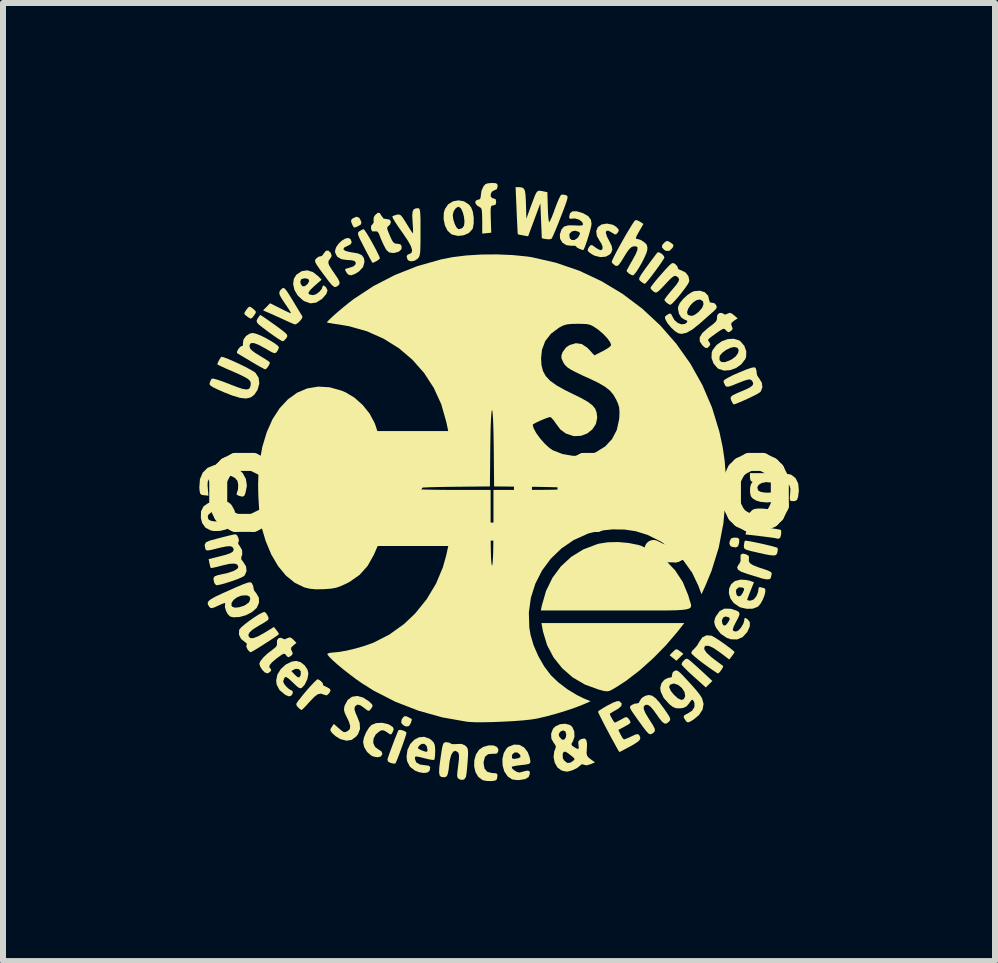
<source format=kicad_pcb>
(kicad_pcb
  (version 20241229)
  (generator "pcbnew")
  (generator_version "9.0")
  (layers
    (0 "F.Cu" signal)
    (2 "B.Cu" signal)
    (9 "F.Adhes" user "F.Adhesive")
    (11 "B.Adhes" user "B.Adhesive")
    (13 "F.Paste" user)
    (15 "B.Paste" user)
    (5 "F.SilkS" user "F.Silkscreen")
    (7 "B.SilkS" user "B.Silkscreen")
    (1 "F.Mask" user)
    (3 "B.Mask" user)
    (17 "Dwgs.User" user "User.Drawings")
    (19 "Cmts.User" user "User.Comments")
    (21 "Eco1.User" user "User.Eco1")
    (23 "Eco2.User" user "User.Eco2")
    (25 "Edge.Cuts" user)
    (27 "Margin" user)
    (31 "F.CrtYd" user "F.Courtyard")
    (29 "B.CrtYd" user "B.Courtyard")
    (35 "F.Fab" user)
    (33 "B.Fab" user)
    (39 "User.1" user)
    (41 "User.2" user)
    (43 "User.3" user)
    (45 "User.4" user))
  (footprint "cse_logo"
    (layer "F.Cu")
    (at 5.269 4.977)
    (property "Reference" "cse_logo" (at 0 0 0) (layer "F.SilkS") (effects (font (size 1.524 1.524) (thickness 0.3))))
    (attr board_only exclude_from_pos_files exclude_from_bom)
    (fp_poly (pts (xy 3.005 2.82) (xy 3.014 2.827) (xy 3.073 2.872) (xy 2.956 2.988) (xy 2.899 2.942) (xy 2.843 2.895) (xy 2.899 2.839) (xy 2.939 2.802) (xy 2.968 2.797)) (stroke (width 0) (type solid)) (fill yes) (layer "F.SilkS"))
    (fp_poly (pts (xy 2.82 -4.007) (xy 2.861 -3.983) (xy 2.902 -3.951) (xy 2.907 -3.924) (xy 2.89 -3.893) (xy 2.841 -3.846) (xy 2.786 -3.844) (xy 2.751 -3.864) (xy 2.715 -3.905) (xy 2.722 -3.945) (xy 2.755 -3.982) (xy 2.79 -4.008)) (stroke (width 0) (type solid)) (fill yes) (layer "F.SilkS"))
    (fp_poly (pts (xy -2.334 -4.399) (xy -2.314 -4.371) (xy -2.293 -4.317) (xy -2.306 -4.282) (xy -2.349 -4.257) (xy -2.398 -4.235) (xy -2.422 -4.238) (xy -2.441 -4.27) (xy -2.452 -4.293) (xy -2.468 -4.342) (xy -2.457 -4.372) (xy -2.439 -4.386) (xy -2.379 -4.414)) (stroke (width 0) (type solid)) (fill yes) (layer "F.SilkS"))
    (fp_poly (pts (xy -1.539 3.915) (xy -1.517 3.926) (xy -1.473 3.949) (xy -1.454 3.961) (xy -1.457 3.984) (xy -1.471 4.028) (xy -1.502 4.077) (xy -1.548 4.085) (xy -1.595 4.064) (xy -1.631 4.024) (xy -1.625 3.971) (xy -1.605 3.939) (xy -1.575 3.911)) (stroke (width 0) (type solid)) (fill yes) (layer "F.SilkS"))
    (fp_poly (pts (xy 3.981 0.939) (xy 4.004 0.962) (xy 4.003 1.015) (xy 4.001 1.028) (xy 3.984 1.08) (xy 3.949 1.098) (xy 3.941 1.098) (xy 3.885 1.089) (xy 3.86 1.078) (xy 3.84 1.039) (xy 3.845 0.997) (xy 3.869 0.949) (xy 3.917 0.935) (xy 3.924 0.935)) (stroke (width 0) (type solid)) (fill yes) (layer "F.SilkS"))
    (fp_poly (pts (xy -4.115 -2.892) (xy -4.093 -2.874) (xy -4.057 -2.84) (xy -4.055 -2.813) (xy -4.082 -2.77) (xy -4.117 -2.726) (xy -4.144 -2.716) (xy -4.182 -2.738) (xy -4.204 -2.755) (xy -4.241 -2.786) (xy -4.245 -2.812) (xy -4.219 -2.853) (xy -4.215 -2.859) (xy -4.179 -2.904) (xy -4.152 -2.915)) (stroke (width 0) (type solid)) (fill yes) (layer "F.SilkS"))
    (fp_poly (pts (xy 3.175 2.978) (xy 3.218 3.015) (xy 3.282 3.072) (xy 3.362 3.144) (xy 3.431 3.208) (xy 3.556 3.325) (xy 3.501 3.379) (xy 3.447 3.433) (xy 3.248 3.255) (xy 3.168 3.182) (xy 3.103 3.118) (xy 3.058 3.071) (xy 3.043 3.05) (xy 3.053 3.016) (xy 3.083 2.981) (xy 3.113 2.957) (xy 3.139 2.955)) (stroke (width 0) (type solid)) (fill yes) (layer "F.SilkS"))
    (fp_poly (pts (xy 2.975 2.504) (xy 2.783 2.729) (xy 2.57 2.946) (xy 2.346 3.147) (xy 2.121 3.32) (xy 1.971 3.418) (xy 1.895 3.464) (xy 1.844 3.49) (xy 1.801 3.498) (xy 1.75 3.492) (xy 1.676 3.472) (xy 1.659 3.468) (xy 1.432 3.385) (xy 1.228 3.266) (xy 1.053 3.113) (xy 0.909 2.933) (xy 0.801 2.727) (xy 0.733 2.502) (xy 0.729 2.48) (xy 0.707 2.36) (xy 3.088 2.36)) (stroke (width 0) (type solid)) (fill yes) (layer "F.SilkS"))
    (fp_poly (pts (xy -3.963 -2.766) (xy -3.913 -2.734) (xy -3.84 -2.683) (xy -3.751 -2.62) (xy -3.743 -2.615) (xy -3.646 -2.544) (xy -3.582 -2.494) (xy -3.544 -2.46) (xy -3.53 -2.436) (xy -3.532 -2.414) (xy -3.545 -2.391) (xy -3.58 -2.351) (xy -3.607 -2.338) (xy -3.635 -2.351) (xy -3.693 -2.387) (xy -3.77 -2.44) (xy -3.849 -2.497) (xy -3.942 -2.567) (xy -4.003 -2.615) (xy -4.035 -2.65) (xy -4.041 -2.681) (xy -4.026 -2.716) (xy -3.994 -2.761) (xy -3.983 -2.776)) (stroke (width 0) (type solid)) (fill yes) (layer "F.SilkS"))
    (fp_poly (pts (xy -2.238 -4.186) (xy -2.204 -4.135) (xy -2.16 -4.062) (xy -2.112 -3.977) (xy -2.065 -3.891) (xy -2.025 -3.812) (xy -1.996 -3.752) (xy -1.986 -3.72) (xy -2.004 -3.7) (xy -2.045 -3.673) (xy -2.088 -3.651) (xy -2.11 -3.646) (xy -2.122 -3.665) (xy -2.151 -3.718) (xy -2.193 -3.797) (xy -2.243 -3.892) (xy -2.243 -3.893) (xy -2.297 -3.998) (xy -2.332 -4.069) (xy -2.349 -4.115) (xy -2.351 -4.143) (xy -2.341 -4.161) (xy -2.326 -4.173) (xy -2.281 -4.199) (xy -2.256 -4.206)) (stroke (width 0) (type solid)) (fill yes) (layer "F.SilkS"))
    (fp_poly (pts (xy -1.598 4.151) (xy -1.556 4.171) (xy -1.542 4.189) (xy -1.55 4.22) (xy -1.57 4.284) (xy -1.599 4.368) (xy -1.633 4.461) (xy -1.666 4.552) (xy -1.696 4.63) (xy -1.719 4.683) (xy -1.727 4.7) (xy -1.757 4.703) (xy -1.806 4.692) (xy -1.851 4.668) (xy -1.86 4.635) (xy -1.856 4.619) (xy -1.838 4.564) (xy -1.81 4.487) (xy -1.777 4.398) (xy -1.743 4.308) (xy -1.711 4.228) (xy -1.688 4.17) (xy -1.675 4.144) (xy -1.675 4.144) (xy -1.645 4.14)) (stroke (width 0) (type solid)) (fill yes) (layer "F.SilkS"))
    (fp_poly (pts (xy 2.711 -3.797) (xy 2.745 -3.763) (xy 2.757 -3.736) (xy 2.744 -3.708) (xy 2.709 -3.655) (xy 2.66 -3.584) (xy 2.602 -3.505) (xy 2.544 -3.427) (xy 2.491 -3.36) (xy 2.451 -3.313) (xy 2.431 -3.295) (xy 2.431 -3.295) (xy 2.401 -3.308) (xy 2.363 -3.336) (xy 2.343 -3.355) (xy 2.335 -3.374) (xy 2.342 -3.402) (xy 2.367 -3.446) (xy 2.414 -3.514) (xy 2.467 -3.587) (xy 2.531 -3.674) (xy 2.586 -3.747) (xy 2.625 -3.799) (xy 2.641 -3.819) (xy 2.67 -3.82)) (stroke (width 0) (type solid)) (fill yes) (layer "F.SilkS"))
    (fp_poly (pts (xy 4.124 0.988) (xy 4.184 0.997) (xy 4.267 1.013) (xy 4.362 1.033) (xy 4.458 1.055) (xy 4.544 1.076) (xy 4.609 1.094) (xy 4.642 1.106) (xy 4.643 1.107) (xy 4.647 1.136) (xy 4.641 1.179) (xy 4.63 1.209) (xy 4.612 1.227) (xy 4.579 1.233) (xy 4.523 1.229) (xy 4.437 1.213) (xy 4.314 1.186) (xy 4.3 1.182) (xy 4.198 1.159) (xy 4.133 1.141) (xy 4.098 1.124) (xy 4.083 1.104) (xy 4.082 1.077) (xy 4.082 1.065) (xy 4.09 1.013) (xy 4.099 0.987)) (stroke (width 0) (type solid)) (fill yes) (layer "F.SilkS"))
    (fp_poly (pts (xy -2.804 -3.809) (xy -2.803 -3.807) (xy -2.79 -3.759) (xy -2.814 -3.717) (xy -2.839 -3.683) (xy -2.846 -3.648) (xy -2.832 -3.604) (xy -2.793 -3.54) (xy -2.744 -3.469) (xy -2.688 -3.386) (xy -2.66 -3.33) (xy -2.659 -3.292) (xy -2.685 -3.263) (xy -2.711 -3.248) (xy -2.733 -3.241) (xy -2.758 -3.251) (xy -2.792 -3.281) (xy -2.839 -3.338) (xy -2.906 -3.427) (xy -2.922 -3.448) (xy -2.992 -3.543) (xy -3.037 -3.609) (xy -3.061 -3.652) (xy -3.068 -3.68) (xy -3.06 -3.702) (xy -3.047 -3.718) (xy -3.007 -3.749) (xy -2.978 -3.753) (xy -2.949 -3.764) (xy -2.924 -3.799) (xy -2.887 -3.846) (xy -2.844 -3.85)) (stroke (width 0) (type solid)) (fill yes) (layer "F.SilkS"))
    (fp_poly (pts (xy 4.12 1.214) (xy 4.163 1.241) (xy 4.167 1.282) (xy 4.166 1.284) (xy 4.164 1.328) (xy 4.185 1.363) (xy 4.237 1.396) (xy 4.325 1.431) (xy 4.381 1.449) (xy 4.476 1.481) (xy 4.53 1.508) (xy 4.547 1.531) (xy 4.546 1.537) (xy 4.534 1.589) (xy 4.533 1.603) (xy 4.514 1.627) (xy 4.461 1.632) (xy 4.386 1.617) (xy 4.37 1.612) (xy 4.319 1.595) (xy 4.239 1.571) (xy 4.148 1.543) (xy 4.142 1.541) (xy 4.041 1.506) (xy 3.984 1.47) (xy 3.969 1.432) (xy 3.992 1.387) (xy 4.005 1.373) (xy 4.027 1.324) (xy 4.026 1.28) (xy 4.027 1.223) (xy 4.06 1.201)) (stroke (width 0) (type solid)) (fill yes) (layer "F.SilkS"))
    (fp_poly (pts (xy -0.039 4.421) (xy -0.011 4.463) (xy -0.014 4.499) (xy -0.032 4.532) (xy -0.074 4.54) (xy -0.103 4.538) (xy -0.183 4.546) (xy -0.234 4.59) (xy -0.256 4.671) (xy -0.257 4.697) (xy -0.242 4.785) (xy -0.196 4.839) (xy -0.118 4.86) (xy -0.102 4.86) (xy -0.048 4.864) (xy -0.027 4.882) (xy -0.028 4.925) (xy -0.038 4.967) (xy -0.066 4.986) (xy -0.125 4.994) (xy -0.129 4.994) (xy -0.203 4.992) (xy -0.266 4.98) (xy -0.274 4.977) (xy -0.346 4.924) (xy -0.393 4.844) (xy -0.415 4.747) (xy -0.412 4.645) (xy -0.384 4.549) (xy -0.332 4.471) (xy -0.265 4.425) (xy -0.175 4.399) (xy -0.096 4.399)) (stroke (width 0) (type solid)) (fill yes) (layer "F.SilkS"))
    (fp_poly (pts (xy -2.99 3.311) (xy -2.956 3.341) (xy -2.932 3.375) (xy -2.935 3.389) (xy -2.93 3.398) (xy -2.893 3.417) (xy -2.88 3.423) (xy -2.824 3.453) (xy -2.808 3.482) (xy -2.828 3.523) (xy -2.838 3.536) (xy -2.871 3.565) (xy -2.912 3.556) (xy -2.92 3.552) (xy -2.971 3.536) (xy -3.022 3.547) (xy -3.08 3.59) (xy -3.154 3.668) (xy -3.166 3.681) (xy -3.222 3.744) (xy -3.267 3.789) (xy -3.292 3.809) (xy -3.293 3.809) (xy -3.32 3.793) (xy -3.352 3.763) (xy -3.379 3.728) (xy -3.377 3.699) (xy -3.35 3.66) (xy -3.284 3.576) (xy -3.214 3.491) (xy -3.145 3.413) (xy -3.085 3.349) (xy -3.042 3.308) (xy -3.024 3.296)) (stroke (width 0) (type solid)) (fill yes) (layer "F.SilkS"))
    (fp_poly (pts (xy -1.855 4.043) (xy -1.82 4.059) (xy -1.769 4.095) (xy -1.755 4.129) (xy -1.773 4.177) (xy -1.777 4.184) (xy -1.795 4.213) (xy -1.816 4.215) (xy -1.856 4.189) (xy -1.867 4.18) (xy -1.92 4.149) (xy -1.961 4.148) (xy -1.983 4.158) (xy -2.054 4.214) (xy -2.092 4.285) (xy -2.097 4.358) (xy -2.068 4.423) (xy -2.015 4.463) (xy -1.959 4.5) (xy -1.945 4.542) (xy -1.945 4.545) (xy -1.97 4.584) (xy -2.023 4.597) (xy -2.093 4.585) (xy -2.132 4.567) (xy -2.2 4.508) (xy -2.249 4.425) (xy -2.266 4.342) (xy -2.252 4.267) (xy -2.216 4.181) (xy -2.168 4.103) (xy -2.124 4.057) (xy -2.046 4.027) (xy -1.949 4.022)) (stroke (width 0) (type solid)) (fill yes) (layer "F.SilkS"))
    (fp_poly (pts (xy 2.161 1.025) (xy 2.322 1.057) (xy 2.372 1.073) (xy 2.584 1.173) (xy 2.773 1.31) (xy 2.934 1.479) (xy 3.063 1.675) (xy 3.153 1.894) (xy 3.167 1.94) (xy 3.18 1.986) (xy 3.193 2.024) (xy 3.201 2.056) (xy 3.201 2.083) (xy 3.19 2.104) (xy 3.163 2.12) (xy 3.118 2.132) (xy 3.051 2.14) (xy 2.959 2.146) (xy 2.838 2.149) (xy 2.684 2.15) (xy 2.495 2.15) (xy 2.266 2.15) (xy 1.995 2.15) (xy 1.949 2.15) (xy 0.697 2.15) (xy 0.712 2.074) (xy 0.783 1.826) (xy 0.89 1.606) (xy 1.031 1.415) (xy 1.203 1.256) (xy 1.405 1.132) (xy 1.634 1.045) (xy 1.665 1.036) (xy 1.814 1.013) (xy 1.985 1.009)) (stroke (width 0) (type solid)) (fill yes) (layer "F.SilkS"))
    (fp_poly (pts (xy -4.476 -0.271) (xy -4.361 -0.22) (xy -4.274 -0.142) (xy -4.22 -0.043) (xy -4.203 0.071) (xy -4.228 0.195) (xy -4.229 0.197) (xy -4.248 0.239) (xy -4.273 0.252) (xy -4.321 0.243) (xy -4.34 0.237) (xy -4.375 0.218) (xy -4.37 0.188) (xy -4.369 0.187) (xy -4.351 0.128) (xy -4.348 0.051) (xy -4.361 -0.011) (xy -4.403 -0.061) (xy -4.476 -0.096) (xy -4.568 -0.114) (xy -4.664 -0.114) (xy -4.752 -0.094) (xy -4.801 -0.066) (xy -4.839 -0.032) (xy -4.856 0.004) (xy -4.859 0.059) (xy -4.855 0.11) (xy -4.845 0.236) (xy -4.917 0.229) (xy -4.959 0.222) (xy -4.981 0.203) (xy -4.991 0.161) (xy -4.996 0.1) (xy -4.986 -0.039) (xy -4.939 -0.149) (xy -4.858 -0.228) (xy -4.744 -0.275) (xy -4.615 -0.289)) (stroke (width 0) (type solid)) (fill yes) (layer "F.SilkS"))
    (fp_poly (pts (xy -3.564 -3.208) (xy -3.531 -3.165) (xy -3.484 -3.091) (xy -3.434 -3.01) (xy -3.377 -2.915) (xy -3.328 -2.834) (xy -3.293 -2.776) (xy -3.277 -2.75) (xy -3.284 -2.721) (xy -3.315 -2.68) (xy -3.355 -2.641) (xy -3.391 -2.62) (xy -3.398 -2.619) (xy -3.432 -2.629) (xy -3.492 -2.655) (xy -3.54 -2.677) (xy -3.629 -2.718) (xy -3.733 -2.765) (xy -3.795 -2.793) (xy -3.934 -2.853) (xy -3.875 -2.912) (xy -3.816 -2.972) (xy -3.649 -2.888) (xy -3.57 -2.849) (xy -3.507 -2.819) (xy -3.472 -2.805) (xy -3.469 -2.804) (xy -3.474 -2.822) (xy -3.502 -2.868) (xy -3.546 -2.935) (xy -3.562 -2.957) (xy -3.621 -3.046) (xy -3.655 -3.106) (xy -3.664 -3.149) (xy -3.651 -3.182) (xy -3.625 -3.21) (xy -3.605 -3.225) (xy -3.587 -3.226)) (stroke (width 0) (type solid)) (fill yes) (layer "F.SilkS"))
    (fp_poly (pts (xy 4.002 -2.353) (xy 4.024 -2.338) (xy 4.089 -2.262) (xy 4.122 -2.17) (xy 4.119 -2.077) (xy 4.104 -2.039) (xy 4.039 -1.954) (xy 3.951 -1.892) (xy 3.851 -1.856) (xy 3.751 -1.849) (xy 3.662 -1.877) (xy 3.64 -1.892) (xy 3.575 -1.968) (xy 3.555 -2.025) (xy 3.675 -2.025) (xy 3.706 -1.992) (xy 3.765 -1.99) (xy 3.85 -2.021) (xy 3.882 -2.038) (xy 3.947 -2.087) (xy 3.985 -2.142) (xy 3.995 -2.192) (xy 3.974 -2.229) (xy 3.922 -2.243) (xy 3.859 -2.229) (xy 3.787 -2.194) (xy 3.723 -2.148) (xy 3.683 -2.101) (xy 3.677 -2.088) (xy 3.675 -2.025) (xy 3.555 -2.025) (xy 3.542 -2.059) (xy 3.546 -2.152) (xy 3.561 -2.191) (xy 3.625 -2.275) (xy 3.713 -2.338) (xy 3.813 -2.374) (xy 3.913 -2.38)) (stroke (width 0) (type solid)) (fill yes) (layer "F.SilkS"))
    (fp_poly (pts (xy -4.572 0.33) (xy -4.521 0.341) (xy -4.483 0.367) (xy -4.454 0.399) (xy -4.408 0.484) (xy -4.391 0.584) (xy -4.407 0.679) (xy -4.417 0.702) (xy -4.47 0.758) (xy -4.554 0.8) (xy -4.654 0.824) (xy -4.755 0.825) (xy -4.804 0.816) (xy -4.893 0.771) (xy -4.948 0.694) (xy -4.971 0.608) (xy -4.97 0.578) (xy -4.856 0.578) (xy -4.846 0.628) (xy -4.809 0.653) (xy -4.746 0.665) (xy -4.665 0.662) (xy -4.587 0.647) (xy -4.538 0.624) (xy -4.514 0.58) (xy -4.525 0.53) (xy -4.566 0.489) (xy -4.582 0.482) (xy -4.652 0.473) (xy -4.729 0.486) (xy -4.799 0.514) (xy -4.845 0.554) (xy -4.856 0.578) (xy -4.97 0.578) (xy -4.968 0.498) (xy -4.927 0.415) (xy -4.849 0.36) (xy -4.732 0.331) (xy -4.653 0.327)) (stroke (width 0) (type solid)) (fill yes) (layer "F.SilkS"))
    (fp_poly (pts (xy -2.477 -4.043) (xy -2.475 -4.04) (xy -2.455 -3.988) (xy -2.477 -3.952) (xy -2.524 -3.929) (xy -2.582 -3.9) (xy -2.595 -3.872) (xy -2.565 -3.846) (xy -2.493 -3.826) (xy -2.453 -3.82) (xy -2.349 -3.802) (xy -2.284 -3.77) (xy -2.251 -3.721) (xy -2.243 -3.659) (xy -2.266 -3.576) (xy -2.334 -3.502) (xy -2.399 -3.461) (xy -2.467 -3.437) (xy -2.514 -3.45) (xy -2.541 -3.481) (xy -2.566 -3.525) (xy -2.559 -3.545) (xy -2.513 -3.558) (xy -2.506 -3.56) (xy -2.425 -3.587) (xy -2.389 -3.624) (xy -2.391 -3.655) (xy -2.416 -3.679) (xy -2.472 -3.69) (xy -2.523 -3.692) (xy -2.627 -3.706) (xy -2.698 -3.748) (xy -2.731 -3.813) (xy -2.734 -3.841) (xy -2.719 -3.9) (xy -2.679 -3.96) (xy -2.625 -4.012) (xy -2.567 -4.048) (xy -2.515 -4.061)) (stroke (width 0) (type solid)) (fill yes) (layer "F.SilkS"))
    (fp_poly (pts (xy 1.899 -4.28) (xy 1.951 -4.247) (xy 1.99 -4.208) (xy 1.996 -4.179) (xy 1.979 -4.15) (xy 1.952 -4.12) (xy 1.925 -4.122) (xy 1.891 -4.144) (xy 1.826 -4.18) (xy 1.789 -4.18) (xy 1.78 -4.146) (xy 1.801 -4.08) (xy 1.834 -4.016) (xy 1.877 -3.93) (xy 1.889 -3.867) (xy 1.872 -3.817) (xy 1.846 -3.785) (xy 1.779 -3.748) (xy 1.69 -3.741) (xy 1.597 -3.763) (xy 1.548 -3.788) (xy 1.494 -3.827) (xy 1.476 -3.856) (xy 1.489 -3.891) (xy 1.504 -3.914) (xy 1.528 -3.941) (xy 1.552 -3.941) (xy 1.592 -3.913) (xy 1.601 -3.906) (xy 1.653 -3.872) (xy 1.694 -3.856) (xy 1.697 -3.856) (xy 1.724 -3.873) (xy 1.726 -3.916) (xy 1.703 -3.972) (xy 1.682 -4.002) (xy 1.631 -4.093) (xy 1.62 -4.175) (xy 1.647 -4.241) (xy 1.71 -4.285) (xy 1.798 -4.3)) (stroke (width 0) (type solid)) (fill yes) (layer "F.SilkS"))
    (fp_poly (pts (xy -0.585 -4.671) (xy -0.505 -4.62) (xy -0.466 -4.573) (xy -0.437 -4.498) (xy -0.422 -4.401) (xy -0.422 -4.302) (xy -0.437 -4.221) (xy -0.445 -4.205) (xy -0.502 -4.143) (xy -0.587 -4.105) (xy -0.683 -4.094) (xy -0.777 -4.115) (xy -0.797 -4.124) (xy -0.859 -4.182) (xy -0.902 -4.269) (xy -0.924 -4.373) (xy -0.922 -4.437) (xy -0.771 -4.437) (xy -0.762 -4.368) (xy -0.74 -4.297) (xy -0.711 -4.239) (xy -0.681 -4.208) (xy -0.673 -4.206) (xy -0.627 -4.219) (xy -0.608 -4.229) (xy -0.583 -4.268) (xy -0.576 -4.333) (xy -0.584 -4.41) (xy -0.603 -4.486) (xy -0.631 -4.547) (xy -0.666 -4.578) (xy -0.677 -4.58) (xy -0.719 -4.559) (xy -0.754 -4.509) (xy -0.771 -4.446) (xy -0.771 -4.437) (xy -0.922 -4.437) (xy -0.921 -4.478) (xy -0.902 -4.542) (xy -0.847 -4.622) (xy -0.767 -4.671) (xy -0.676 -4.687)) (stroke (width 0) (type solid)) (fill yes) (layer "F.SilkS"))
    (fp_poly (pts (xy -3.101 -3.491) (xy -3.012 -3.421) (xy -2.958 -3.364) (xy -3.082 -3.256) (xy -3.15 -3.19) (xy -3.178 -3.146) (xy -3.166 -3.12) (xy -3.115 -3.109) (xy -3.094 -3.108) (xy -3.045 -3.125) (xy -2.993 -3.165) (xy -2.954 -3.213) (xy -2.944 -3.244) (xy -2.934 -3.27) (xy -2.903 -3.255) (xy -2.883 -3.236) (xy -2.859 -3.186) (xy -2.879 -3.126) (xy -2.943 -3.052) (xy -2.958 -3.039) (xy -3.05 -2.982) (xy -3.144 -2.97) (xy -3.243 -3.005) (xy -3.274 -3.025) (xy -3.356 -3.101) (xy -3.41 -3.192) (xy -3.432 -3.288) (xy -3.427 -3.334) (xy -3.313 -3.334) (xy -3.306 -3.295) (xy -3.278 -3.254) (xy -3.236 -3.257) (xy -3.191 -3.293) (xy -3.164 -3.342) (xy -3.18 -3.376) (xy -3.236 -3.388) (xy -3.236 -3.388) (xy -3.294 -3.375) (xy -3.313 -3.334) (xy -3.427 -3.334) (xy -3.421 -3.377) (xy -3.379 -3.447) (xy -3.291 -3.506) (xy -3.197 -3.521)) (stroke (width 0) (type solid)) (fill yes) (layer "F.SilkS"))
    (fp_poly (pts (xy -1.989 -4.476) (xy -1.958 -4.428) (xy -1.958 -4.428) (xy -1.924 -4.383) (xy -1.872 -4.375) (xy -1.822 -4.365) (xy -1.802 -4.33) (xy -1.816 -4.286) (xy -1.837 -4.265) (xy -1.859 -4.246) (xy -1.865 -4.222) (xy -1.854 -4.181) (xy -1.826 -4.112) (xy -1.82 -4.098) (xy -1.785 -4.022) (xy -1.757 -3.982) (xy -1.728 -3.966) (xy -1.699 -3.965) (xy -1.645 -3.955) (xy -1.623 -3.922) (xy -1.627 -3.871) (xy -1.67 -3.832) (xy -1.742 -3.811) (xy -1.77 -3.81) (xy -1.83 -3.818) (xy -1.872 -3.854) (xy -1.893 -3.885) (xy -1.929 -3.955) (xy -1.967 -4.04) (xy -1.979 -4.071) (xy -2.005 -4.137) (xy -2.029 -4.167) (xy -2.059 -4.171) (xy -2.069 -4.169) (xy -2.112 -4.17) (xy -2.134 -4.208) (xy -2.134 -4.21) (xy -2.132 -4.263) (xy -2.113 -4.283) (xy -2.089 -4.32) (xy -2.092 -4.35) (xy -2.088 -4.408) (xy -2.066 -4.441) (xy -2.022 -4.48)) (stroke (width 0) (type solid)) (fill yes) (layer "F.SilkS"))
    (fp_poly (pts (xy -0.053 -4.973) (xy -0.028 -4.956) (xy -0.023 -4.92) (xy -0.037 -4.873) (xy -0.076 -4.856) (xy -0.117 -4.834) (xy -0.138 -4.794) (xy -0.138 -4.752) (xy -0.114 -4.724) (xy -0.095 -4.72) (xy -0.057 -4.707) (xy -0.047 -4.662) (xy -0.057 -4.616) (xy -0.095 -4.603) (xy -0.095 -4.603) (xy -0.118 -4.601) (xy -0.131 -4.587) (xy -0.138 -4.554) (xy -0.14 -4.493) (xy -0.138 -4.395) (xy -0.137 -4.375) (xy -0.13 -4.148) (xy -0.205 -4.14) (xy -0.28 -4.133) (xy -0.28 -4.346) (xy -0.282 -4.449) (xy -0.286 -4.514) (xy -0.296 -4.551) (xy -0.313 -4.57) (xy -0.321 -4.573) (xy -0.37 -4.604) (xy -0.395 -4.643) (xy -0.392 -4.678) (xy -0.359 -4.696) (xy -0.351 -4.697) (xy -0.317 -4.708) (xy -0.304 -4.748) (xy -0.304 -4.768) (xy -0.291 -4.852) (xy -0.257 -4.925) (xy -0.224 -4.959) (xy -0.185 -4.971) (xy -0.123 -4.977) (xy -0.111 -4.977)) (stroke (width 0) (type solid)) (fill yes) (layer "F.SilkS"))
    (fp_poly (pts (xy 3.539 2.57) (xy 3.545 2.572) (xy 3.586 2.594) (xy 3.649 2.633) (xy 3.723 2.683) (xy 3.797 2.737) (xy 3.863 2.786) (xy 3.909 2.824) (xy 3.926 2.843) (xy 3.913 2.868) (xy 3.882 2.911) (xy 3.838 2.967) (xy 3.684 2.85) (xy 3.578 2.777) (xy 3.499 2.74) (xy 3.445 2.738) (xy 3.424 2.757) (xy 3.422 2.799) (xy 3.46 2.855) (xy 3.54 2.928) (xy 3.592 2.968) (xy 3.659 3.018) (xy 3.71 3.056) (xy 3.735 3.075) (xy 3.736 3.076) (xy 3.732 3.098) (xy 3.709 3.138) (xy 3.679 3.177) (xy 3.654 3.2) (xy 3.651 3.2) (xy 3.626 3.187) (xy 3.572 3.151) (xy 3.497 3.099) (xy 3.419 3.043) (xy 3.333 2.978) (xy 3.264 2.921) (xy 3.218 2.879) (xy 3.203 2.858) (xy 3.218 2.825) (xy 3.255 2.788) (xy 3.302 2.735) (xy 3.338 2.673) (xy 3.388 2.599) (xy 3.458 2.564)) (stroke (width 0) (type solid)) (fill yes) (layer "F.SilkS"))
    (fp_poly (pts (xy -3.885 2.192) (xy -3.858 2.235) (xy -3.844 2.267) (xy -3.841 2.289) (xy -3.855 2.311) (xy -3.893 2.338) (xy -3.961 2.379) (xy -4.011 2.407) (xy -4.104 2.466) (xy -4.158 2.514) (xy -4.178 2.554) (xy -4.174 2.582) (xy -4.147 2.611) (xy -4.095 2.611) (xy -4.015 2.58) (xy -3.91 2.521) (xy -3.753 2.425) (xy -3.711 2.477) (xy -3.68 2.519) (xy -3.669 2.544) (xy -3.687 2.56) (xy -3.736 2.594) (xy -3.806 2.641) (xy -3.887 2.693) (xy -3.971 2.747) (xy -4.047 2.794) (xy -4.107 2.829) (xy -4.138 2.846) (xy -4.162 2.835) (xy -4.192 2.8) (xy -4.214 2.75) (xy -4.207 2.725) (xy -4.205 2.699) (xy -4.235 2.677) (xy -4.301 2.624) (xy -4.335 2.554) (xy -4.333 2.48) (xy -4.328 2.467) (xy -4.299 2.432) (xy -4.241 2.382) (xy -4.165 2.324) (xy -4.084 2.267) (xy -4.006 2.217) (xy -3.944 2.184) (xy -3.912 2.174)) (stroke (width 0) (type solid)) (fill yes) (layer "F.SilkS"))
    (fp_poly (pts (xy -3.458 2.61) (xy -3.429 2.636) (xy -3.377 2.69) (xy -3.43 2.734) (xy -3.466 2.77) (xy -3.466 2.803) (xy -3.454 2.826) (xy -3.438 2.866) (xy -3.457 2.897) (xy -3.471 2.908) (xy -3.508 2.93) (xy -3.534 2.916) (xy -3.548 2.898) (xy -3.567 2.875) (xy -3.588 2.871) (xy -3.623 2.888) (xy -3.68 2.929) (xy -3.706 2.948) (xy -3.786 3.015) (xy -3.826 3.065) (xy -3.827 3.102) (xy -3.808 3.12) (xy -3.797 3.147) (xy -3.811 3.168) (xy -3.855 3.199) (xy -3.903 3.184) (xy -3.947 3.14) (xy -3.981 3.085) (xy -3.996 3.038) (xy -3.996 3.037) (xy -3.977 2.993) (xy -3.928 2.932) (xy -3.857 2.865) (xy -3.772 2.801) (xy -3.769 2.798) (xy -3.716 2.754) (xy -3.7 2.714) (xy -3.703 2.696) (xy -3.7 2.643) (xy -3.671 2.609) (xy -3.631 2.605) (xy -3.612 2.616) (xy -3.575 2.631) (xy -3.531 2.613) (xy -3.492 2.597)) (stroke (width 0) (type solid)) (fill yes) (layer "F.SilkS"))
    (fp_poly (pts (xy 3.884 -2.798) (xy 3.916 -2.773) (xy 3.978 -2.72) (xy 3.916 -2.679) (xy 3.876 -2.646) (xy 3.87 -2.615) (xy 3.881 -2.589) (xy 3.895 -2.545) (xy 3.872 -2.513) (xy 3.864 -2.507) (xy 3.827 -2.488) (xy 3.797 -2.505) (xy 3.784 -2.519) (xy 3.763 -2.541) (xy 3.74 -2.546) (xy 3.706 -2.53) (xy 3.647 -2.491) (xy 3.622 -2.473) (xy 3.547 -2.419) (xy 3.504 -2.385) (xy 3.486 -2.364) (xy 3.487 -2.348) (xy 3.501 -2.33) (xy 3.505 -2.326) (xy 3.522 -2.288) (xy 3.505 -2.255) (xy 3.47 -2.225) (xy 3.435 -2.23) (xy 3.388 -2.272) (xy 3.346 -2.337) (xy 3.345 -2.403) (xy 3.387 -2.473) (xy 3.472 -2.55) (xy 3.498 -2.57) (xy 3.574 -2.628) (xy 3.617 -2.67) (xy 3.633 -2.704) (xy 3.632 -2.727) (xy 3.639 -2.776) (xy 3.672 -2.808) (xy 3.714 -2.811) (xy 3.736 -2.798) (xy 3.769 -2.782) (xy 3.809 -2.798) (xy 3.846 -2.813)) (stroke (width 0) (type solid)) (fill yes) (layer "F.SilkS"))
    (fp_poly (pts (xy 4.404 0.452) (xy 4.52 0.464) (xy 4.657 0.483) (xy 4.715 0.496) (xy 4.738 0.517) (xy 4.74 0.56) (xy 4.739 0.57) (xy 4.733 0.613) (xy 4.716 0.633) (xy 4.677 0.637) (xy 4.615 0.632) (xy 4.479 0.621) (xy 4.384 0.62) (xy 4.322 0.627) (xy 4.29 0.644) (xy 4.28 0.663) (xy 4.279 0.699) (xy 4.297 0.725) (xy 4.342 0.744) (xy 4.421 0.761) (xy 4.498 0.773) (xy 4.587 0.786) (xy 4.656 0.797) (xy 4.695 0.806) (xy 4.698 0.807) (xy 4.705 0.834) (xy 4.702 0.886) (xy 4.702 0.887) (xy 4.685 0.941) (xy 4.651 0.955) (xy 4.615 0.946) (xy 4.583 0.94) (xy 4.516 0.931) (xy 4.424 0.919) (xy 4.35 0.91) (xy 4.109 0.882) (xy 4.124 0.821) (xy 4.144 0.77) (xy 4.164 0.745) (xy 4.174 0.714) (xy 4.161 0.681) (xy 4.146 0.607) (xy 4.168 0.532) (xy 4.221 0.475) (xy 4.262 0.457) (xy 4.32 0.45)) (stroke (width 0) (type solid)) (fill yes) (layer "F.SilkS"))
    (fp_poly (pts (xy -2.266 3.601) (xy -2.166 3.666) (xy -2.156 3.676) (xy -2.115 3.716) (xy -2.108 3.746) (xy -2.131 3.785) (xy -2.138 3.794) (xy -2.161 3.82) (xy -2.185 3.821) (xy -2.223 3.795) (xy -2.244 3.777) (xy -2.313 3.729) (xy -2.363 3.719) (xy -2.399 3.748) (xy -2.404 3.755) (xy -2.41 3.797) (xy -2.391 3.86) (xy -2.37 3.906) (xy -2.323 4.025) (xy -2.317 4.125) (xy -2.35 4.211) (xy -2.381 4.25) (xy -2.456 4.307) (xy -2.541 4.321) (xy -2.641 4.295) (xy -2.652 4.29) (xy -2.721 4.248) (xy -2.774 4.202) (xy -2.808 4.16) (xy -2.811 4.129) (xy -2.79 4.093) (xy -2.754 4.041) (xy -2.673 4.112) (xy -2.619 4.158) (xy -2.586 4.178) (xy -2.558 4.176) (xy -2.522 4.159) (xy -2.487 4.126) (xy -2.481 4.076) (xy -2.503 4.002) (xy -2.538 3.93) (xy -2.572 3.858) (xy -2.585 3.807) (xy -2.58 3.76) (xy -2.571 3.729) (xy -2.522 3.64) (xy -2.451 3.588) (xy -2.363 3.575)) (stroke (width 0) (type solid)) (fill yes) (layer "F.SilkS"))
    (fp_poly (pts (xy 2.547 3.568) (xy 2.604 3.607) (xy 2.67 3.678) (xy 2.75 3.785) (xy 2.807 3.868) (xy 2.841 3.922) (xy 2.854 3.957) (xy 2.85 3.981) (xy 2.835 4.001) (xy 2.796 4.033) (xy 2.759 4.035) (xy 2.717 4.004) (xy 2.663 3.935) (xy 2.644 3.907) (xy 2.576 3.812) (xy 2.524 3.752) (xy 2.483 3.724) (xy 2.448 3.722) (xy 2.442 3.724) (xy 2.413 3.748) (xy 2.412 3.793) (xy 2.441 3.862) (xy 2.5 3.96) (xy 2.513 3.979) (xy 2.568 4.065) (xy 2.596 4.122) (xy 2.598 4.16) (xy 2.576 4.188) (xy 2.547 4.206) (xy 2.519 4.214) (xy 2.49 4.2) (xy 2.451 4.158) (xy 2.412 4.107) (xy 2.324 3.986) (xy 2.26 3.896) (xy 2.217 3.834) (xy 2.192 3.792) (xy 2.183 3.765) (xy 2.186 3.748) (xy 2.199 3.736) (xy 2.21 3.727) (xy 2.26 3.703) (xy 2.294 3.701) (xy 2.331 3.69) (xy 2.346 3.657) (xy 2.378 3.61) (xy 2.433 3.574) (xy 2.492 3.559)) (stroke (width 0) (type solid)) (fill yes) (layer "F.SilkS"))
    (fp_poly (pts (xy 3.854 2.121) (xy 3.873 2.125) (xy 3.956 2.151) (xy 4.001 2.177) (xy 4.009 2.215) (xy 3.986 2.274) (xy 3.955 2.332) (xy 3.913 2.415) (xy 3.897 2.466) (xy 3.907 2.492) (xy 3.943 2.5) (xy 3.953 2.5) (xy 3.993 2.481) (xy 4.036 2.432) (xy 4.072 2.371) (xy 4.089 2.312) (xy 4.089 2.305) (xy 4.093 2.276) (xy 4.113 2.278) (xy 4.142 2.296) (xy 4.181 2.344) (xy 4.181 2.412) (xy 4.142 2.501) (xy 4.134 2.514) (xy 4.061 2.594) (xy 3.969 2.633) (xy 3.863 2.63) (xy 3.797 2.607) (xy 3.696 2.539) (xy 3.62 2.441) (xy 3.6 2.398) (xy 3.587 2.341) (xy 3.592 2.319) (xy 3.715 2.319) (xy 3.724 2.373) (xy 3.75 2.404) (xy 3.785 2.39) (xy 3.82 2.345) (xy 3.845 2.299) (xy 3.841 2.274) (xy 3.829 2.264) (xy 3.775 2.249) (xy 3.734 2.27) (xy 3.715 2.319) (xy 3.592 2.319) (xy 3.599 2.283) (xy 3.616 2.246) (xy 3.677 2.161) (xy 3.756 2.119)) (stroke (width 0) (type solid)) (fill yes) (layer "F.SilkS"))
    (fp_poly (pts (xy 4.267 -1.901) (xy 4.278 -1.891) (xy 4.294 -1.84) (xy 4.294 -1.812) (xy 4.305 -1.764) (xy 4.34 -1.714) (xy 4.382 -1.645) (xy 4.39 -1.569) (xy 4.364 -1.502) (xy 4.349 -1.487) (xy 4.315 -1.465) (xy 4.251 -1.431) (xy 4.17 -1.392) (xy 4.083 -1.352) (xy 4.003 -1.318) (xy 3.941 -1.293) (xy 3.912 -1.285) (xy 3.896 -1.304) (xy 3.874 -1.344) (xy 3.86 -1.383) (xy 3.865 -1.411) (xy 3.895 -1.437) (xy 3.957 -1.468) (xy 4.019 -1.494) (xy 4.126 -1.54) (xy 4.194 -1.576) (xy 4.229 -1.606) (xy 4.237 -1.636) (xy 4.229 -1.66) (xy 4.209 -1.689) (xy 4.183 -1.701) (xy 4.14 -1.697) (xy 4.074 -1.676) (xy 3.973 -1.636) (xy 3.97 -1.635) (xy 3.884 -1.6) (xy 3.83 -1.582) (xy 3.798 -1.58) (xy 3.778 -1.592) (xy 3.768 -1.605) (xy 3.746 -1.653) (xy 3.744 -1.68) (xy 3.767 -1.701) (xy 3.825 -1.735) (xy 3.908 -1.777) (xy 4.004 -1.818) (xy 4.115 -1.864) (xy 4.191 -1.891) (xy 4.24 -1.903)) (stroke (width 0) (type solid)) (fill yes) (layer "F.SilkS"))
    (fp_poly (pts (xy -3.307 3.012) (xy -3.24 3.065) (xy -3.193 3.136) (xy -3.178 3.201) (xy -3.195 3.295) (xy -3.239 3.386) (xy -3.283 3.435) (xy -3.307 3.447) (xy -3.335 3.44) (xy -3.377 3.408) (xy -3.437 3.351) (xy -3.5 3.292) (xy -3.54 3.263) (xy -3.564 3.26) (xy -3.576 3.271) (xy -3.595 3.319) (xy -3.598 3.337) (xy -3.582 3.374) (xy -3.544 3.421) (xy -3.498 3.462) (xy -3.461 3.482) (xy -3.459 3.482) (xy -3.438 3.498) (xy -3.44 3.534) (xy -3.465 3.571) (xy -3.465 3.571) (xy -3.501 3.582) (xy -3.554 3.561) (xy -3.568 3.553) (xy -3.659 3.477) (xy -3.707 3.386) (xy -3.715 3.316) (xy -3.694 3.216) (xy -3.658 3.159) (xy -3.463 3.159) (xy -3.41 3.215) (xy -3.361 3.26) (xy -3.331 3.266) (xy -3.31 3.235) (xy -3.306 3.222) (xy -3.305 3.164) (xy -3.337 3.127) (xy -3.388 3.122) (xy -3.411 3.131) (xy -3.463 3.159) (xy -3.658 3.159) (xy -3.636 3.124) (xy -3.553 3.049) (xy -3.454 3.002) (xy -3.381 2.991)) (stroke (width 0) (type solid)) (fill yes) (layer "F.SilkS"))
    (fp_poly (pts (xy 0.34 4.39) (xy 0.419 4.434) (xy 0.48 4.513) (xy 0.511 4.599) (xy 0.522 4.655) (xy 0.52 4.689) (xy 0.496 4.708) (xy 0.443 4.719) (xy 0.353 4.729) (xy 0.28 4.739) (xy 0.228 4.75) (xy 0.213 4.756) (xy 0.216 4.78) (xy 0.247 4.81) (xy 0.292 4.838) (xy 0.334 4.851) (xy 0.348 4.85) (xy 0.433 4.827) (xy 0.482 4.819) (xy 0.506 4.828) (xy 0.514 4.854) (xy 0.514 4.87) (xy 0.494 4.926) (xy 0.435 4.961) (xy 0.334 4.977) (xy 0.3 4.977) (xy 0.219 4.966) (xy 0.154 4.924) (xy 0.141 4.912) (xy 0.087 4.831) (xy 0.059 4.73) (xy 0.056 4.624) (xy 0.068 4.574) (xy 0.215 4.574) (xy 0.217 4.613) (xy 0.246 4.625) (xy 0.307 4.616) (xy 0.321 4.612) (xy 0.357 4.595) (xy 0.354 4.563) (xy 0.348 4.553) (xy 0.309 4.518) (xy 0.262 4.516) (xy 0.224 4.546) (xy 0.215 4.574) (xy 0.068 4.574) (xy 0.079 4.526) (xy 0.126 4.448) (xy 0.156 4.423) (xy 0.25 4.385)) (stroke (width 0) (type solid)) (fill yes) (layer "F.SilkS"))
    (fp_poly (pts (xy -4.055 -2.465) (xy -3.982 -2.437) (xy -3.899 -2.397) (xy -3.815 -2.35) (xy -3.741 -2.304) (xy -3.689 -2.265) (xy -3.669 -2.237) (xy -3.669 -2.237) (xy -3.683 -2.196) (xy -3.703 -2.165) (xy -3.721 -2.145) (xy -3.744 -2.14) (xy -3.78 -2.152) (xy -3.84 -2.185) (xy -3.896 -2.218) (xy -4.007 -2.278) (xy -4.085 -2.308) (xy -4.135 -2.308) (xy -4.157 -2.278) (xy -4.159 -2.256) (xy -4.151 -2.221) (xy -4.122 -2.187) (xy -4.065 -2.144) (xy -3.995 -2.101) (xy -3.918 -2.054) (xy -3.857 -2.015) (xy -3.824 -1.99) (xy -3.821 -1.987) (xy -3.826 -1.958) (xy -3.849 -1.916) (xy -3.879 -1.88) (xy -3.898 -1.869) (xy -3.923 -1.881) (xy -3.98 -1.911) (xy -4.059 -1.956) (xy -4.136 -2.002) (xy -4.226 -2.056) (xy -4.301 -2.1) (xy -4.351 -2.131) (xy -4.368 -2.142) (xy -4.368 -2.167) (xy -4.347 -2.207) (xy -4.316 -2.244) (xy -4.29 -2.258) (xy -4.287 -2.258) (xy -4.269 -2.267) (xy -4.27 -2.298) (xy -4.261 -2.365) (xy -4.219 -2.425) (xy -4.156 -2.466) (xy -4.105 -2.476)) (stroke (width 0) (type solid)) (fill yes) (layer "F.SilkS"))
    (fp_poly (pts (xy -1.161 4.286) (xy -1.129 4.309) (xy -1.09 4.349) (xy -1.071 4.392) (xy -1.065 4.457) (xy -1.064 4.495) (xy -1.067 4.569) (xy -1.074 4.622) (xy -1.079 4.639) (xy -1.107 4.641) (xy -1.167 4.632) (xy -1.233 4.616) (xy -1.319 4.594) (xy -1.37 4.584) (xy -1.394 4.586) (xy -1.401 4.6) (xy -1.402 4.624) (xy -1.381 4.681) (xy -1.321 4.717) (xy -1.238 4.729) (xy -1.173 4.737) (xy -1.147 4.761) (xy -1.154 4.81) (xy -1.159 4.823) (xy -1.193 4.852) (xy -1.255 4.859) (xy -1.334 4.846) (xy -1.402 4.819) (xy -1.486 4.754) (xy -1.532 4.663) (xy -1.542 4.585) (xy -1.526 4.472) (xy -1.508 4.436) (xy -1.352 4.436) (xy -1.342 4.456) (xy -1.296 4.479) (xy -1.284 4.484) (xy -1.226 4.504) (xy -1.199 4.503) (xy -1.192 4.48) (xy -1.192 4.477) (xy -1.206 4.41) (xy -1.243 4.374) (xy -1.291 4.374) (xy -1.332 4.405) (xy -1.352 4.436) (xy -1.508 4.436) (xy -1.481 4.377) (xy -1.414 4.306) (xy -1.334 4.264) (xy -1.247 4.256)) (stroke (width 0) (type solid)) (fill yes) (layer "F.SilkS"))
    (fp_poly (pts (xy -0.828 4.354) (xy -0.808 4.367) (xy -0.778 4.378) (xy -0.721 4.378) (xy -0.7 4.376) (xy -0.625 4.374) (xy -0.572 4.396) (xy -0.557 4.407) (xy -0.534 4.432) (xy -0.521 4.462) (xy -0.516 4.509) (xy -0.518 4.583) (xy -0.523 4.662) (xy -0.531 4.762) (xy -0.54 4.85) (xy -0.549 4.911) (xy -0.552 4.925) (xy -0.582 4.968) (xy -0.634 4.974) (xy -0.676 4.955) (xy -0.691 4.938) (xy -0.698 4.905) (xy -0.695 4.846) (xy -0.683 4.753) (xy -0.682 4.742) (xy -0.669 4.635) (xy -0.667 4.566) (xy -0.676 4.526) (xy -0.681 4.518) (xy -0.723 4.489) (xy -0.763 4.503) (xy -0.796 4.556) (xy -0.821 4.646) (xy -0.829 4.702) (xy -0.841 4.807) (xy -0.854 4.874) (xy -0.87 4.911) (xy -0.894 4.927) (xy -0.925 4.93) (xy -0.966 4.924) (xy -0.99 4.9) (xy -0.999 4.851) (xy -0.996 4.769) (xy -0.983 4.667) (xy -0.965 4.54) (xy -0.951 4.452) (xy -0.938 4.395) (xy -0.925 4.364) (xy -0.908 4.35) (xy -0.885 4.346) (xy -0.876 4.346)) (stroke (width 0) (type solid)) (fill yes) (layer "F.SilkS"))
    (fp_poly (pts (xy 4.117 1.641) (xy 4.184 1.655) (xy 4.192 1.658) (xy 4.25 1.68) (xy 4.193 1.821) (xy 4.164 1.895) (xy 4.143 1.95) (xy 4.136 1.974) (xy 4.156 1.983) (xy 4.194 1.986) (xy 4.247 1.965) (xy 4.291 1.911) (xy 4.319 1.839) (xy 4.323 1.798) (xy 4.332 1.762) (xy 4.36 1.762) (xy 4.404 1.774) (xy 4.418 1.776) (xy 4.438 1.794) (xy 4.439 1.841) (xy 4.423 1.905) (xy 4.395 1.974) (xy 4.359 2.037) (xy 4.319 2.083) (xy 4.31 2.09) (xy 4.229 2.12) (xy 4.128 2.122) (xy 4.026 2.099) (xy 4.001 2.087) (xy 3.913 2.026) (xy 3.857 1.949) (xy 3.832 1.865) (xy 3.833 1.833) (xy 3.949 1.833) (xy 3.962 1.894) (xy 3.994 1.917) (xy 4.034 1.9) (xy 4.062 1.857) (xy 4.084 1.807) (xy 4.085 1.784) (xy 4.064 1.771) (xy 4.054 1.767) (xy 3.996 1.764) (xy 3.958 1.796) (xy 3.949 1.833) (xy 3.833 1.833) (xy 3.836 1.783) (xy 3.87 1.712) (xy 3.931 1.66) (xy 4.021 1.636) (xy 4.04 1.636)) (stroke (width 0) (type solid)) (fill yes) (layer "F.SilkS"))
    (fp_poly (pts (xy -4.584 -2.069) (xy -4.513 -2.042) (xy -4.423 -2.003) (xy -4.323 -1.957) (xy -4.226 -1.909) (xy -4.142 -1.864) (xy -4.081 -1.828) (xy -4.06 -1.812) (xy -4.008 -1.731) (xy -3.996 -1.634) (xy -4.025 -1.53) (xy -4.031 -1.519) (xy -4.08 -1.446) (xy -4.14 -1.401) (xy -4.217 -1.384) (xy -4.316 -1.394) (xy -4.443 -1.432) (xy -4.586 -1.488) (xy -4.694 -1.536) (xy -4.765 -1.57) (xy -4.806 -1.596) (xy -4.824 -1.617) (xy -4.825 -1.639) (xy -4.823 -1.645) (xy -4.803 -1.694) (xy -4.789 -1.715) (xy -4.761 -1.715) (xy -4.698 -1.698) (xy -4.608 -1.668) (xy -4.499 -1.626) (xy -4.495 -1.624) (xy -4.366 -1.574) (xy -4.274 -1.544) (xy -4.211 -1.534) (xy -4.171 -1.543) (xy -4.149 -1.572) (xy -4.14 -1.61) (xy -4.139 -1.647) (xy -4.153 -1.679) (xy -4.187 -1.711) (xy -4.248 -1.746) (xy -4.341 -1.791) (xy -4.44 -1.835) (xy -4.54 -1.878) (xy -4.621 -1.915) (xy -4.676 -1.941) (xy -4.697 -1.953) (xy -4.697 -1.953) (xy -4.686 -1.986) (xy -4.663 -2.031) (xy -4.638 -2.069) (xy -4.625 -2.08)) (stroke (width 0) (type solid)) (fill yes) (layer "F.SilkS"))
    (fp_poly (pts (xy -1.334 -4.553) (xy -1.324 -4.538) (xy -1.316 -4.506) (xy -1.312 -4.449) (xy -1.309 -4.361) (xy -1.309 -4.237) (xy -1.309 -4.159) (xy -1.309 -4.013) (xy -1.311 -3.906) (xy -1.314 -3.831) (xy -1.321 -3.781) (xy -1.331 -3.748) (xy -1.346 -3.726) (xy -1.355 -3.715) (xy -1.41 -3.68) (xy -1.469 -3.67) (xy -1.515 -3.687) (xy -1.528 -3.706) (xy -1.541 -3.756) (xy -1.523 -3.782) (xy -1.495 -3.792) (xy -1.458 -3.814) (xy -1.449 -3.856) (xy -1.468 -3.921) (xy -1.518 -4.012) (xy -1.599 -4.133) (xy -1.622 -4.165) (xy -1.686 -4.257) (xy -1.737 -4.334) (xy -1.77 -4.391) (xy -1.78 -4.418) (xy -1.78 -4.419) (xy -1.747 -4.435) (xy -1.703 -4.448) (xy -1.67 -4.452) (xy -1.642 -4.441) (xy -1.611 -4.407) (xy -1.569 -4.343) (xy -1.542 -4.299) (xy -1.496 -4.224) (xy -1.459 -4.167) (xy -1.438 -4.138) (xy -1.435 -4.136) (xy -1.433 -4.157) (xy -1.434 -4.215) (xy -1.439 -4.296) (xy -1.441 -4.325) (xy -1.447 -4.431) (xy -1.441 -4.499) (xy -1.422 -4.537) (xy -1.385 -4.554) (xy -1.349 -4.556)) (stroke (width 0) (type solid)) (fill yes) (layer "F.SilkS"))
    (fp_poly (pts (xy 2.919 -3.637) (xy 2.938 -3.624) (xy 2.973 -3.588) (xy 2.98 -3.56) (xy 2.993 -3.538) (xy 3.038 -3.52) (xy 3.038 -3.52) (xy 3.108 -3.486) (xy 3.156 -3.425) (xy 3.172 -3.353) (xy 3.168 -3.33) (xy 3.149 -3.292) (xy 3.108 -3.232) (xy 3.054 -3.161) (xy 2.995 -3.086) (xy 2.937 -3.02) (xy 2.889 -2.969) (xy 2.859 -2.946) (xy 2.856 -2.945) (xy 2.826 -2.958) (xy 2.798 -2.977) (xy 2.765 -3.01) (xy 2.757 -3.029) (xy 2.772 -3.055) (xy 2.81 -3.106) (xy 2.865 -3.173) (xy 2.887 -3.198) (xy 2.955 -3.279) (xy 2.992 -3.335) (xy 3.002 -3.373) (xy 2.986 -3.401) (xy 2.958 -3.422) (xy 2.934 -3.429) (xy 2.904 -3.417) (xy 2.861 -3.382) (xy 2.798 -3.318) (xy 2.772 -3.289) (xy 2.703 -3.216) (xy 2.657 -3.172) (xy 2.626 -3.152) (xy 2.602 -3.152) (xy 2.576 -3.167) (xy 2.575 -3.168) (xy 2.537 -3.203) (xy 2.524 -3.227) (xy 2.538 -3.253) (xy 2.578 -3.306) (xy 2.637 -3.378) (xy 2.705 -3.456) (xy 2.782 -3.543) (xy 2.836 -3.6) (xy 2.872 -3.632) (xy 2.897 -3.642)) (stroke (width 0) (type solid)) (fill yes) (layer "F.SilkS"))
    (fp_poly (pts (xy 1.4 -4.473) (xy 1.402 -4.472) (xy 1.487 -4.424) (xy 1.532 -4.363) (xy 1.542 -4.297) (xy 1.536 -4.254) (xy 1.519 -4.185) (xy 1.495 -4.102) (xy 1.468 -4.016) (xy 1.441 -3.939) (xy 1.419 -3.882) (xy 1.404 -3.857) (xy 1.403 -3.857) (xy 1.374 -3.866) (xy 1.338 -3.88) (xy 1.297 -3.903) (xy 1.285 -3.92) (xy 1.265 -3.931) (xy 1.215 -3.931) (xy 1.205 -3.93) (xy 1.122 -3.94) (xy 1.056 -3.982) (xy 1.017 -4.048) (xy 1.014 -4.115) (xy 1.172 -4.115) (xy 1.179 -4.056) (xy 1.213 -4.026) (xy 1.261 -4.027) (xy 1.311 -4.062) (xy 1.324 -4.08) (xy 1.348 -4.125) (xy 1.344 -4.15) (xy 1.33 -4.162) (xy 1.27 -4.181) (xy 1.214 -4.169) (xy 1.177 -4.132) (xy 1.172 -4.115) (xy 1.014 -4.115) (xy 1.014 -4.118) (xy 1.04 -4.2) (xy 1.083 -4.249) (xy 1.153 -4.271) (xy 1.256 -4.27) (xy 1.339 -4.266) (xy 1.385 -4.27) (xy 1.401 -4.285) (xy 1.402 -4.29) (xy 1.382 -4.331) (xy 1.332 -4.366) (xy 1.27 -4.385) (xy 1.227 -4.383) (xy 1.181 -4.38) (xy 1.168 -4.402) (xy 1.182 -4.47) (xy 1.224 -4.504) (xy 1.296 -4.505)) (stroke (width 0) (type solid)) (fill yes) (layer "F.SilkS"))
    (fp_poly (pts (xy 2.344 -4.335) (xy 2.346 -4.334) (xy 2.407 -4.294) (xy 2.335 -4.168) (xy 2.297 -4.1) (xy 2.281 -4.062) (xy 2.286 -4.046) (xy 2.308 -4.043) (xy 2.357 -4.029) (xy 2.414 -3.995) (xy 2.418 -3.992) (xy 2.462 -3.949) (xy 2.474 -3.9) (xy 2.471 -3.858) (xy 2.455 -3.804) (xy 2.423 -3.731) (xy 2.381 -3.648) (xy 2.334 -3.566) (xy 2.289 -3.496) (xy 2.252 -3.45) (xy 2.232 -3.436) (xy 2.196 -3.449) (xy 2.167 -3.467) (xy 2.135 -3.497) (xy 2.126 -3.511) (xy 2.137 -3.535) (xy 2.167 -3.59) (xy 2.208 -3.663) (xy 2.22 -3.683) (xy 2.277 -3.788) (xy 2.307 -3.86) (xy 2.309 -3.903) (xy 2.285 -3.921) (xy 2.249 -3.921) (xy 2.211 -3.91) (xy 2.174 -3.878) (xy 2.13 -3.819) (xy 2.084 -3.745) (xy 2.033 -3.662) (xy 1.998 -3.614) (xy 1.972 -3.594) (xy 1.949 -3.595) (xy 1.936 -3.6) (xy 1.894 -3.634) (xy 1.878 -3.657) (xy 1.886 -3.684) (xy 1.913 -3.743) (xy 1.956 -3.826) (xy 2.008 -3.923) (xy 2.066 -4.027) (xy 2.125 -4.13) (xy 2.181 -4.223) (xy 2.228 -4.299) (xy 2.262 -4.347) (xy 2.268 -4.354) (xy 2.297 -4.357)) (stroke (width 0) (type solid)) (fill yes) (layer "F.SilkS"))
    (fp_poly (pts (xy -4.141 1.681) (xy -4.125 1.691) (xy -4.118 1.699) (xy -4.096 1.747) (xy -4.094 1.774) (xy -4.084 1.814) (xy -4.049 1.861) (xy -4.048 1.861) (xy -4.004 1.935) (xy -4.001 2.02) (xy -4.038 2.104) (xy -4.043 2.11) (xy -4.117 2.176) (xy -4.216 2.228) (xy -4.324 2.258) (xy -4.426 2.264) (xy -4.481 2.251) (xy -4.519 2.216) (xy -4.552 2.156) (xy -4.57 2.092) (xy -4.569 2.067) (xy -4.461 2.067) (xy -4.448 2.087) (xy -4.404 2.103) (xy -4.335 2.097) (xy -4.258 2.073) (xy -4.229 2.059) (xy -4.169 2.015) (xy -4.148 1.966) (xy -4.148 1.96) (xy -4.156 1.92) (xy -4.191 1.902) (xy -4.224 1.897) (xy -4.298 1.903) (xy -4.368 1.931) (xy -4.424 1.973) (xy -4.458 2.021) (xy -4.461 2.067) (xy -4.569 2.067) (xy -4.568 2.056) (xy -4.563 2.032) (xy -4.575 2.026) (xy -4.612 2.038) (xy -4.678 2.068) (xy -4.748 2.1) (xy -4.79 2.111) (xy -4.814 2.105) (xy -4.831 2.087) (xy -4.853 2.052) (xy -4.857 2.022) (xy -4.841 1.992) (xy -4.799 1.959) (xy -4.727 1.919) (xy -4.619 1.868) (xy -4.504 1.816) (xy -4.372 1.758) (xy -4.277 1.718) (xy -4.211 1.693) (xy -4.168 1.681)) (stroke (width 0) (type solid)) (fill yes) (layer "F.SilkS"))
    (fp_poly (pts (xy 0.331 -4.907) (xy 0.378 -4.903) (xy 0.41 -4.886) (xy 0.43 -4.85) (xy 0.441 -4.785) (xy 0.447 -4.685) (xy 0.449 -4.626) (xy 0.456 -4.381) (xy 0.532 -4.592) (xy 0.574 -4.704) (xy 0.603 -4.779) (xy 0.627 -4.823) (xy 0.65 -4.844) (xy 0.678 -4.848) (xy 0.715 -4.842) (xy 0.725 -4.84) (xy 0.806 -4.823) (xy 0.813 -4.573) (xy 0.817 -4.471) (xy 0.823 -4.39) (xy 0.83 -4.337) (xy 0.836 -4.323) (xy 0.85 -4.344) (xy 0.876 -4.399) (xy 0.908 -4.48) (xy 0.932 -4.547) (xy 0.968 -4.642) (xy 1.001 -4.719) (xy 1.027 -4.769) (xy 1.039 -4.781) (xy 1.081 -4.782) (xy 1.115 -4.774) (xy 1.132 -4.765) (xy 1.142 -4.75) (xy 1.141 -4.724) (xy 1.129 -4.678) (xy 1.104 -4.606) (xy 1.065 -4.502) (xy 1.029 -4.41) (xy 0.983 -4.291) (xy 0.94 -4.187) (xy 0.905 -4.106) (xy 0.882 -4.057) (xy 0.874 -4.046) (xy 0.838 -4.037) (xy 0.783 -4.041) (xy 0.713 -4.055) (xy 0.701 -4.346) (xy 0.689 -4.638) (xy 0.587 -4.363) (xy 0.485 -4.088) (xy 0.4 -4.103) (xy 0.344 -4.114) (xy 0.314 -4.121) (xy 0.313 -4.122) (xy 0.311 -4.145) (xy 0.307 -4.207) (xy 0.303 -4.3) (xy 0.297 -4.417) (xy 0.293 -4.516) (xy 0.276 -4.907)) (stroke (width 0) (type solid)) (fill yes) (layer "F.SilkS"))
    (fp_poly (pts (xy 4.642 -0.138) (xy 4.759 -0.131) (xy 4.841 -0.121) (xy 4.873 -0.112) (xy 4.945 -0.055) (xy 4.988 0.035) (xy 4.998 0.153) (xy 4.986 0.254) (xy 4.968 0.306) (xy 4.934 0.325) (xy 4.906 0.327) (xy 4.868 0.325) (xy 4.85 0.311) (xy 4.847 0.273) (xy 4.853 0.204) (xy 4.857 0.118) (xy 4.841 0.065) (xy 4.798 0.031) (xy 4.747 0.012) (xy 4.711 0.003) (xy 4.707 0.015) (xy 4.732 0.055) (xy 4.76 0.136) (xy 4.746 0.216) (xy 4.693 0.286) (xy 4.665 0.305) (xy 4.578 0.338) (xy 4.468 0.349) (xy 4.356 0.339) (xy 4.286 0.317) (xy 4.231 0.284) (xy 4.199 0.248) (xy 4.198 0.246) (xy 4.184 0.18) (xy 4.185 0.107) (xy 4.187 0.099) (xy 4.305 0.099) (xy 4.32 0.148) (xy 4.323 0.152) (xy 4.364 0.173) (xy 4.432 0.185) (xy 4.508 0.186) (xy 4.574 0.177) (xy 4.6 0.166) (xy 4.621 0.13) (xy 4.623 0.092) (xy 4.603 0.048) (xy 4.551 0.022) (xy 4.532 0.017) (xy 4.449 0.01) (xy 4.378 0.025) (xy 4.327 0.057) (xy 4.305 0.099) (xy 4.187 0.099) (xy 4.199 0.047) (xy 4.211 0.028) (xy 4.227 0.005) (xy 4.211 0) (xy 4.191 -0.02) (xy 4.183 -0.07) (xy 4.183 -0.14) (xy 4.497 -0.14)) (stroke (width 0) (type solid)) (fill yes) (layer "F.SilkS"))
    (fp_poly (pts (xy 2.008 3.663) (xy 2.01 3.664) (xy 2.046 3.702) (xy 2.038 3.743) (xy 1.984 3.79) (xy 1.952 3.808) (xy 1.892 3.842) (xy 1.854 3.867) (xy 1.846 3.874) (xy 1.856 3.902) (xy 1.88 3.948) (xy 1.907 3.992) (xy 1.927 4.018) (xy 1.93 4.019) (xy 1.956 4.009) (xy 2.007 3.982) (xy 2.035 3.967) (xy 2.093 3.935) (xy 2.125 3.927) (xy 2.147 3.94) (xy 2.163 3.959) (xy 2.188 3.997) (xy 2.189 4.022) (xy 2.162 4.047) (xy 2.099 4.082) (xy 2.093 4.086) (xy 1.989 4.141) (xy 2.027 4.22) (xy 2.056 4.272) (xy 2.08 4.298) (xy 2.083 4.3) (xy 2.113 4.29) (xy 2.17 4.266) (xy 2.209 4.248) (xy 2.274 4.218) (xy 2.311 4.211) (xy 2.332 4.223) (xy 2.338 4.23) (xy 2.355 4.268) (xy 2.35 4.301) (xy 2.317 4.336) (xy 2.25 4.38) (xy 2.188 4.415) (xy 2.108 4.458) (xy 2.046 4.491) (xy 2.011 4.508) (xy 2.007 4.509) (xy 1.993 4.49) (xy 1.962 4.436) (xy 1.917 4.354) (xy 1.861 4.252) (xy 1.823 4.18) (xy 1.763 4.067) (xy 1.713 3.969) (xy 1.675 3.894) (xy 1.653 3.847) (xy 1.65 3.836) (xy 1.67 3.818) (xy 1.721 3.785) (xy 1.793 3.742) (xy 1.813 3.731) (xy 1.908 3.683) (xy 1.971 3.661)) (stroke (width 0) (type solid)) (fill yes) (layer "F.SilkS"))
    (fp_poly (pts (xy 2.973 3.153) (xy 3.009 3.179) (xy 3.063 3.232) (xy 3.105 3.277) (xy 3.212 3.393) (xy 3.29 3.482) (xy 3.344 3.55) (xy 3.379 3.604) (xy 3.385 3.615) (xy 3.41 3.708) (xy 3.392 3.804) (xy 3.333 3.894) (xy 3.239 3.971) (xy 3.181 4.005) (xy 3.149 4.016) (xy 3.129 4.007) (xy 3.114 3.99) (xy 3.08 3.937) (xy 3.081 3.904) (xy 3.122 3.878) (xy 3.142 3.869) (xy 3.218 3.821) (xy 3.258 3.758) (xy 3.257 3.69) (xy 3.249 3.67) (xy 3.23 3.64) (xy 3.213 3.639) (xy 3.186 3.672) (xy 3.17 3.697) (xy 3.124 3.75) (xy 3.07 3.775) (xy 3.022 3.781) (xy 2.953 3.78) (xy 2.898 3.758) (xy 2.84 3.713) (xy 2.745 3.608) (xy 2.695 3.502) (xy 2.687 3.441) (xy 2.69 3.429) (xy 2.836 3.429) (xy 2.864 3.491) (xy 2.912 3.551) (xy 2.982 3.615) (xy 3.04 3.641) (xy 3.081 3.628) (xy 3.103 3.576) (xy 3.103 3.573) (xy 3.091 3.507) (xy 3.047 3.441) (xy 2.986 3.391) (xy 2.92 3.369) (xy 2.904 3.369) (xy 2.849 3.389) (xy 2.836 3.429) (xy 2.69 3.429) (xy 2.706 3.367) (xy 2.753 3.307) (xy 2.816 3.274) (xy 2.838 3.271) (xy 2.878 3.262) (xy 2.883 3.231) (xy 2.883 3.23) (xy 2.893 3.186) (xy 2.92 3.16) (xy 2.946 3.149)) (stroke (width 0) (type solid)) (fill yes) (layer "F.SilkS"))
    (fp_poly (pts (xy 3.43 -3.155) (xy 3.485 -3.099) (xy 3.505 -3.019) (xy 3.505 -3.018) (xy 3.517 -2.984) (xy 3.546 -2.982) (xy 3.591 -2.972) (xy 3.616 -2.945) (xy 3.63 -2.913) (xy 3.621 -2.883) (xy 3.584 -2.843) (xy 3.559 -2.821) (xy 3.495 -2.765) (xy 3.415 -2.694) (xy 3.345 -2.632) (xy 3.227 -2.537) (xy 3.128 -2.48) (xy 3.045 -2.461) (xy 2.991 -2.47) (xy 2.936 -2.504) (xy 2.872 -2.563) (xy 2.814 -2.632) (xy 2.788 -2.674) (xy 2.766 -2.723) (xy 2.769 -2.751) (xy 2.794 -2.773) (xy 2.842 -2.801) (xy 2.87 -2.792) (xy 2.885 -2.761) (xy 2.923 -2.692) (xy 2.98 -2.643) (xy 3.043 -2.62) (xy 3.102 -2.628) (xy 3.129 -2.649) (xy 3.14 -2.675) (xy 3.113 -2.692) (xy 3.095 -2.697) (xy 3.039 -2.733) (xy 2.999 -2.798) (xy 2.994 -2.826) (xy 3.135 -2.826) (xy 3.143 -2.785) (xy 3.16 -2.773) (xy 3.209 -2.761) (xy 3.255 -2.774) (xy 3.313 -2.816) (xy 3.33 -2.831) (xy 3.386 -2.895) (xy 3.409 -2.956) (xy 3.4 -3.005) (xy 3.356 -3.032) (xy 3.347 -3.034) (xy 3.294 -3.024) (xy 3.24 -2.989) (xy 3.19 -2.938) (xy 3.153 -2.88) (xy 3.135 -2.826) (xy 2.994 -2.826) (xy 2.983 -2.877) (xy 2.986 -2.915) (xy 3.015 -2.977) (xy 3.073 -3.047) (xy 3.145 -3.113) (xy 3.219 -3.16) (xy 3.253 -3.173) (xy 3.35 -3.181)) (stroke (width 0) (type solid)) (fill yes) (layer "F.SilkS"))
    (fp_poly (pts (xy -4.368 0.896) (xy -4.346 0.939) (xy -4.336 0.986) (xy -4.347 1.017) (xy -4.347 1.017) (xy -4.348 1.04) (xy -4.322 1.076) (xy -4.284 1.142) (xy -4.28 1.217) (xy -4.297 1.258) (xy -4.296 1.299) (xy -4.261 1.345) (xy -4.217 1.415) (xy -4.209 1.492) (xy -4.237 1.56) (xy -4.251 1.576) (xy -4.291 1.598) (xy -4.362 1.628) (xy -4.451 1.66) (xy -4.546 1.69) (xy -4.631 1.715) (xy -4.695 1.728) (xy -4.711 1.729) (xy -4.736 1.709) (xy -4.753 1.67) (xy -4.761 1.613) (xy -4.74 1.58) (xy -4.684 1.56) (xy -4.664 1.556) (xy -4.525 1.525) (xy -4.424 1.491) (xy -4.364 1.456) (xy -4.346 1.426) (xy -4.361 1.386) (xy -4.408 1.368) (xy -4.491 1.372) (xy -4.611 1.399) (xy -4.618 1.401) (xy -4.702 1.423) (xy -4.768 1.438) (xy -4.802 1.443) (xy -4.805 1.442) (xy -4.815 1.416) (xy -4.827 1.364) (xy -4.841 1.294) (xy -4.661 1.249) (xy -4.547 1.219) (xy -4.474 1.192) (xy -4.435 1.166) (xy -4.424 1.136) (xy -4.429 1.115) (xy -4.448 1.089) (xy -4.485 1.078) (xy -4.546 1.082) (xy -4.64 1.101) (xy -4.713 1.119) (xy -4.8 1.141) (xy -4.853 1.149) (xy -4.881 1.145) (xy -4.894 1.129) (xy -4.894 1.129) (xy -4.908 1.059) (xy -4.885 1.013) (xy -4.819 0.984) (xy -4.672 0.945) (xy -4.563 0.917) (xy -4.487 0.898) (xy -4.436 0.887) (xy -4.406 0.881) (xy -4.395 0.879)) (stroke (width 0) (type solid)) (fill yes) (layer "F.SilkS"))
    (fp_poly (pts (xy 1.179 4.057) (xy 1.22 4.089) (xy 1.254 4.165) (xy 1.258 4.254) (xy 1.231 4.334) (xy 1.227 4.339) (xy 1.206 4.376) (xy 1.218 4.403) (xy 1.25 4.426) (xy 1.303 4.456) (xy 1.327 4.455) (xy 1.328 4.418) (xy 1.324 4.392) (xy 1.32 4.339) (xy 1.344 4.308) (xy 1.369 4.294) (xy 1.422 4.282) (xy 1.454 4.306) (xy 1.467 4.369) (xy 1.464 4.454) (xy 1.459 4.527) (xy 1.468 4.571) (xy 1.495 4.604) (xy 1.526 4.628) (xy 1.599 4.682) (xy 1.522 4.714) (xy 1.456 4.732) (xy 1.415 4.721) (xy 1.415 4.721) (xy 1.381 4.712) (xy 1.353 4.735) (xy 1.3 4.777) (xy 1.225 4.813) (xy 1.151 4.834) (xy 1.128 4.836) (xy 1.072 4.826) (xy 1.036 4.814) (xy 0.972 4.765) (xy 0.928 4.686) (xy 0.909 4.593) (xy 0.915 4.545) (xy 1.061 4.545) (xy 1.064 4.614) (xy 1.087 4.651) (xy 1.137 4.691) (xy 1.186 4.688) (xy 1.228 4.662) (xy 1.257 4.636) (xy 1.254 4.615) (xy 1.218 4.582) (xy 1.215 4.58) (xy 1.146 4.526) (xy 1.102 4.503) (xy 1.077 4.508) (xy 1.062 4.541) (xy 1.061 4.545) (xy 0.915 4.545) (xy 0.92 4.5) (xy 0.937 4.459) (xy 0.948 4.418) (xy 0.928 4.377) (xy 0.912 4.358) (xy 0.872 4.286) (xy 0.869 4.217) (xy 0.994 4.217) (xy 1.005 4.252) (xy 1.045 4.3) (xy 1.084 4.305) (xy 1.112 4.27) (xy 1.121 4.214) (xy 1.105 4.165) (xy 1.066 4.149) (xy 1.019 4.172) (xy 1.017 4.174) (xy 0.994 4.217) (xy 0.869 4.217) (xy 0.869 4.202) (xy 0.899 4.123) (xy 0.938 4.083) (xy 1.016 4.046) (xy 1.102 4.038)) (stroke (width 0) (type solid)) (fill yes) (layer "F.SilkS"))
    (fp_poly (pts (xy 0.229 -3.775) (xy 0.467 -3.751) (xy 0.544 -3.74) (xy 0.95 -3.647) (xy 1.34 -3.513) (xy 1.711 -3.338) (xy 2.061 -3.127) (xy 2.387 -2.882) (xy 2.685 -2.605) (xy 2.953 -2.299) (xy 3.189 -1.966) (xy 3.389 -1.61) (xy 3.551 -1.232) (xy 3.672 -0.835) (xy 3.676 -0.818) (xy 3.728 -0.574) (xy 3.762 -0.343) (xy 3.779 -0.108) (xy 3.781 0.148) (xy 3.778 0.265) (xy 3.741 0.693) (xy 3.663 1.101) (xy 3.542 1.491) (xy 3.439 1.74) (xy 3.375 1.879) (xy 3.323 1.738) (xy 3.219 1.52) (xy 3.077 1.321) (xy 2.902 1.146) (xy 2.699 1.001) (xy 2.476 0.89) (xy 2.278 0.828) (xy 2.094 0.801) (xy 1.892 0.798) (xy 1.689 0.819) (xy 1.506 0.861) (xy 1.48 0.87) (xy 1.246 0.975) (xy 1.04 1.116) (xy 0.862 1.288) (xy 0.716 1.485) (xy 0.605 1.704) (xy 0.531 1.938) (xy 0.497 2.184) (xy 0.505 2.436) (xy 0.526 2.559) (xy 0.577 2.732) (xy 0.656 2.913) (xy 0.755 3.085) (xy 0.863 3.228) (xy 0.864 3.229) (xy 0.986 3.346) (xy 1.136 3.461) (xy 1.296 3.559) (xy 1.411 3.615) (xy 1.526 3.663) (xy 1.415 3.712) (xy 1.289 3.762) (xy 1.132 3.816) (xy 0.96 3.869) (xy 0.787 3.916) (xy 0.631 3.952) (xy 0.532 3.968) (xy 0.399 3.982) (xy 0.242 3.994) (xy 0.073 4.003) (xy -0.097 4.01) (xy -0.258 4.013) (xy -0.399 4.013) (xy -0.508 4.007) (xy -0.537 4.004) (xy -0.946 3.932) (xy -1.345 3.82) (xy -1.727 3.672) (xy -2.085 3.489) (xy -2.278 3.368) (xy -2.383 3.295) (xy -2.491 3.214) (xy -2.596 3.132) (xy -2.692 3.052) (xy -2.772 2.981) (xy -2.83 2.923) (xy -2.86 2.885) (xy -2.862 2.873) (xy -2.831 2.858) (xy -2.774 2.851) (xy -2.762 2.85) (xy -2.664 2.841) (xy -2.536 2.818) (xy -2.394 2.784) (xy -2.251 2.743) (xy -2.12 2.697) (xy -2.09 2.685) (xy -1.828 2.551) (xy -1.584 2.376) (xy -1.398 2.2) (xy -1.207 1.963) (xy -1.051 1.704) (xy -0.936 1.43) (xy -0.881 1.233) (xy -0.846 1.075) (xy -2.023 1.075) (xy -2.087 1.222) (xy -2.19 1.406) (xy -2.324 1.556) (xy -2.493 1.674) (xy -2.539 1.698) (xy -2.636 1.743) (xy -2.716 1.771) (xy -2.8 1.786) (xy -2.908 1.794) (xy -2.92 1.795) (xy -3.053 1.797) (xy -3.156 1.787) (xy -3.246 1.765) (xy -3.246 1.765) (xy -3.405 1.688) (xy -3.552 1.569) (xy -3.683 1.41) (xy -3.797 1.216) (xy -3.891 0.99) (xy -3.95 0.79) (xy -3.979 0.638) (xy -4 0.453) (xy -4.012 0.251) (xy -4.015 0.117) (xy -1.402 0.117) (xy -1.379 0.125) (xy -1.312 0.131) (xy -1.203 0.135) (xy -1.055 0.138) (xy -0.87 0.14) (xy -0.771 0.14) (xy -0.14 0.14) (xy -0.14 0.771) (xy -0.139 0.978) (xy -0.137 1.146) (xy -0.133 1.273) (xy -0.127 1.358) (xy -0.12 1.399) (xy -0.117 1.402) (xy -0.109 1.379) (xy -0.103 1.311) (xy -0.098 1.2) (xy -0.095 1.047) (xy -0.094 0.855) (xy -0.093 0.771) (xy -0.093 0.14) (xy 0.536 0.14) (xy 0.732 0.139) (xy 0.897 0.137) (xy 1.027 0.133) (xy 1.12 0.128) (xy 1.171 0.121) (xy 1.18 0.117) (xy 1.162 0.11) (xy 1.099 0.103) (xy 0.992 0.097) (xy 0.843 0.093) (xy 0.654 0.089) (xy 0.556 0.088) (xy -0.082 0.082) (xy -0.088 -0.555) (xy -0.091 -0.749) (xy -0.095 -0.912) (xy -0.096 -0.946) (xy 0.561 -0.946) (xy 0.578 -0.885) (xy 0.622 -0.805) (xy 0.686 -0.717) (xy 0.76 -0.633) (xy 0.837 -0.562) (xy 0.898 -0.52) (xy 1.059 -0.458) (xy 1.232 -0.428) (xy 1.405 -0.431) (xy 1.565 -0.467) (xy 1.616 -0.489) (xy 1.77 -0.585) (xy 1.885 -0.709) (xy 1.963 -0.859) (xy 2.002 -1.036) (xy 2.005 -1.068) (xy 2.008 -1.165) (xy 2.002 -1.236) (xy 1.982 -1.301) (xy 1.954 -1.364) (xy 1.905 -1.449) (xy 1.844 -1.52) (xy 1.762 -1.583) (xy 1.652 -1.647) (xy 1.524 -1.708) (xy 1.379 -1.774) (xy 1.272 -1.826) (xy 1.195 -1.867) (xy 1.141 -1.902) (xy 1.105 -1.936) (xy 1.08 -1.97) (xy 1.068 -1.992) (xy 1.042 -2.052) (xy 1.04 -2.099) (xy 1.059 -2.156) (xy 1.118 -2.236) (xy 1.179 -2.276) (xy 1.282 -2.306) (xy 1.377 -2.292) (xy 1.468 -2.233) (xy 1.505 -2.196) (xy 1.589 -2.103) (xy 1.729 -2.173) (xy 1.8 -2.213) (xy 1.851 -2.25) (xy 1.869 -2.275) (xy 1.852 -2.323) (xy 1.805 -2.388) (xy 1.738 -2.459) (xy 1.66 -2.526) (xy 1.627 -2.55) (xy 1.567 -2.589) (xy 1.518 -2.612) (xy 1.462 -2.624) (xy 1.386 -2.628) (xy 1.311 -2.629) (xy 1.207 -2.627) (xy 1.133 -2.619) (xy 1.075 -2.603) (xy 1.017 -2.574) (xy 1.001 -2.565) (xy 0.865 -2.463) (xy 0.77 -2.341) (xy 0.716 -2.197) (xy 0.701 -2.053) (xy 0.708 -1.938) (xy 0.733 -1.841) (xy 0.78 -1.756) (xy 0.854 -1.678) (xy 0.96 -1.602) (xy 1.103 -1.522) (xy 1.231 -1.459) (xy 1.376 -1.388) (xy 1.482 -1.327) (xy 1.555 -1.272) (xy 1.602 -1.216) (xy 1.626 -1.154) (xy 1.635 -1.081) (xy 1.636 -1.058) (xy 1.614 -0.957) (xy 1.556 -0.869) (xy 1.471 -0.801) (xy 1.367 -0.762) (xy 1.256 -0.756) (xy 1.231 -0.761) (xy 1.113 -0.801) (xy 1.022 -0.868) (xy 0.953 -0.96) (xy 0.909 -1.022) (xy 0.871 -1.064) (xy 0.852 -1.075) (xy 0.817 -1.066) (xy 0.758 -1.044) (xy 0.689 -1.015) (xy 0.624 -0.985) (xy 0.577 -0.96) (xy 0.561 -0.946) (xy -0.096 -0.946) (xy -0.1 -1.041) (xy -0.106 -1.133) (xy -0.112 -1.183) (xy -0.117 -1.192) (xy -0.124 -1.169) (xy -0.13 -1.103) (xy -0.136 -0.997) (xy -0.141 -0.855) (xy -0.144 -0.679) (xy -0.146 -0.555) (xy -0.152 0.082) (xy -0.777 0.088) (xy -0.974 0.091) (xy -1.137 0.095) (xy -1.264 0.1) (xy -1.351 0.106) (xy -1.396 0.113) (xy -1.402 0.117) (xy -4.015 0.117) (xy -4.016 0.045) (xy -4.01 -0.15) (xy -3.997 -0.295) (xy -3.947 -0.574) (xy -3.872 -0.823) (xy -3.775 -1.04) (xy -3.656 -1.223) (xy -3.519 -1.37) (xy -3.365 -1.481) (xy -3.197 -1.552) (xy -3.016 -1.582) (xy -2.825 -1.571) (xy -2.625 -1.515) (xy -2.557 -1.486) (xy -2.409 -1.397) (xy -2.272 -1.275) (xy -2.157 -1.131) (xy -2.075 -0.978) (xy -2.057 -0.929) (xy -2.029 -0.841) (xy -0.847 -0.841) (xy -0.879 -0.993) (xy -0.963 -1.288) (xy -1.088 -1.561) (xy -1.249 -1.809) (xy -1.444 -2.03) (xy -1.669 -2.222) (xy -1.923 -2.38) (xy -2.201 -2.504) (xy -2.501 -2.589) (xy -2.666 -2.617) (xy -2.756 -2.63) (xy -2.826 -2.642) (xy -2.865 -2.649) (xy -2.869 -2.651) (xy -2.857 -2.67) (xy -2.816 -2.712) (xy -2.753 -2.77) (xy -2.674 -2.839) (xy -2.586 -2.913) (xy -2.498 -2.984) (xy -2.424 -3.041) (xy -2.094 -3.258) (xy -1.736 -3.443) (xy -1.358 -3.592) (xy -0.968 -3.702) (xy -0.777 -3.74) (xy -0.551 -3.768) (xy -0.297 -3.784) (xy -0.031 -3.786)) (stroke (width 0) (type solid)) (fill yes) (layer "F.SilkS")))
  (gr_rect
    (start -3 -3)
    (end 13.537 12.971)
    (stroke (width 0.1) (type default))
    (fill no)
    (layer "Edge.Cuts")))
</source>
